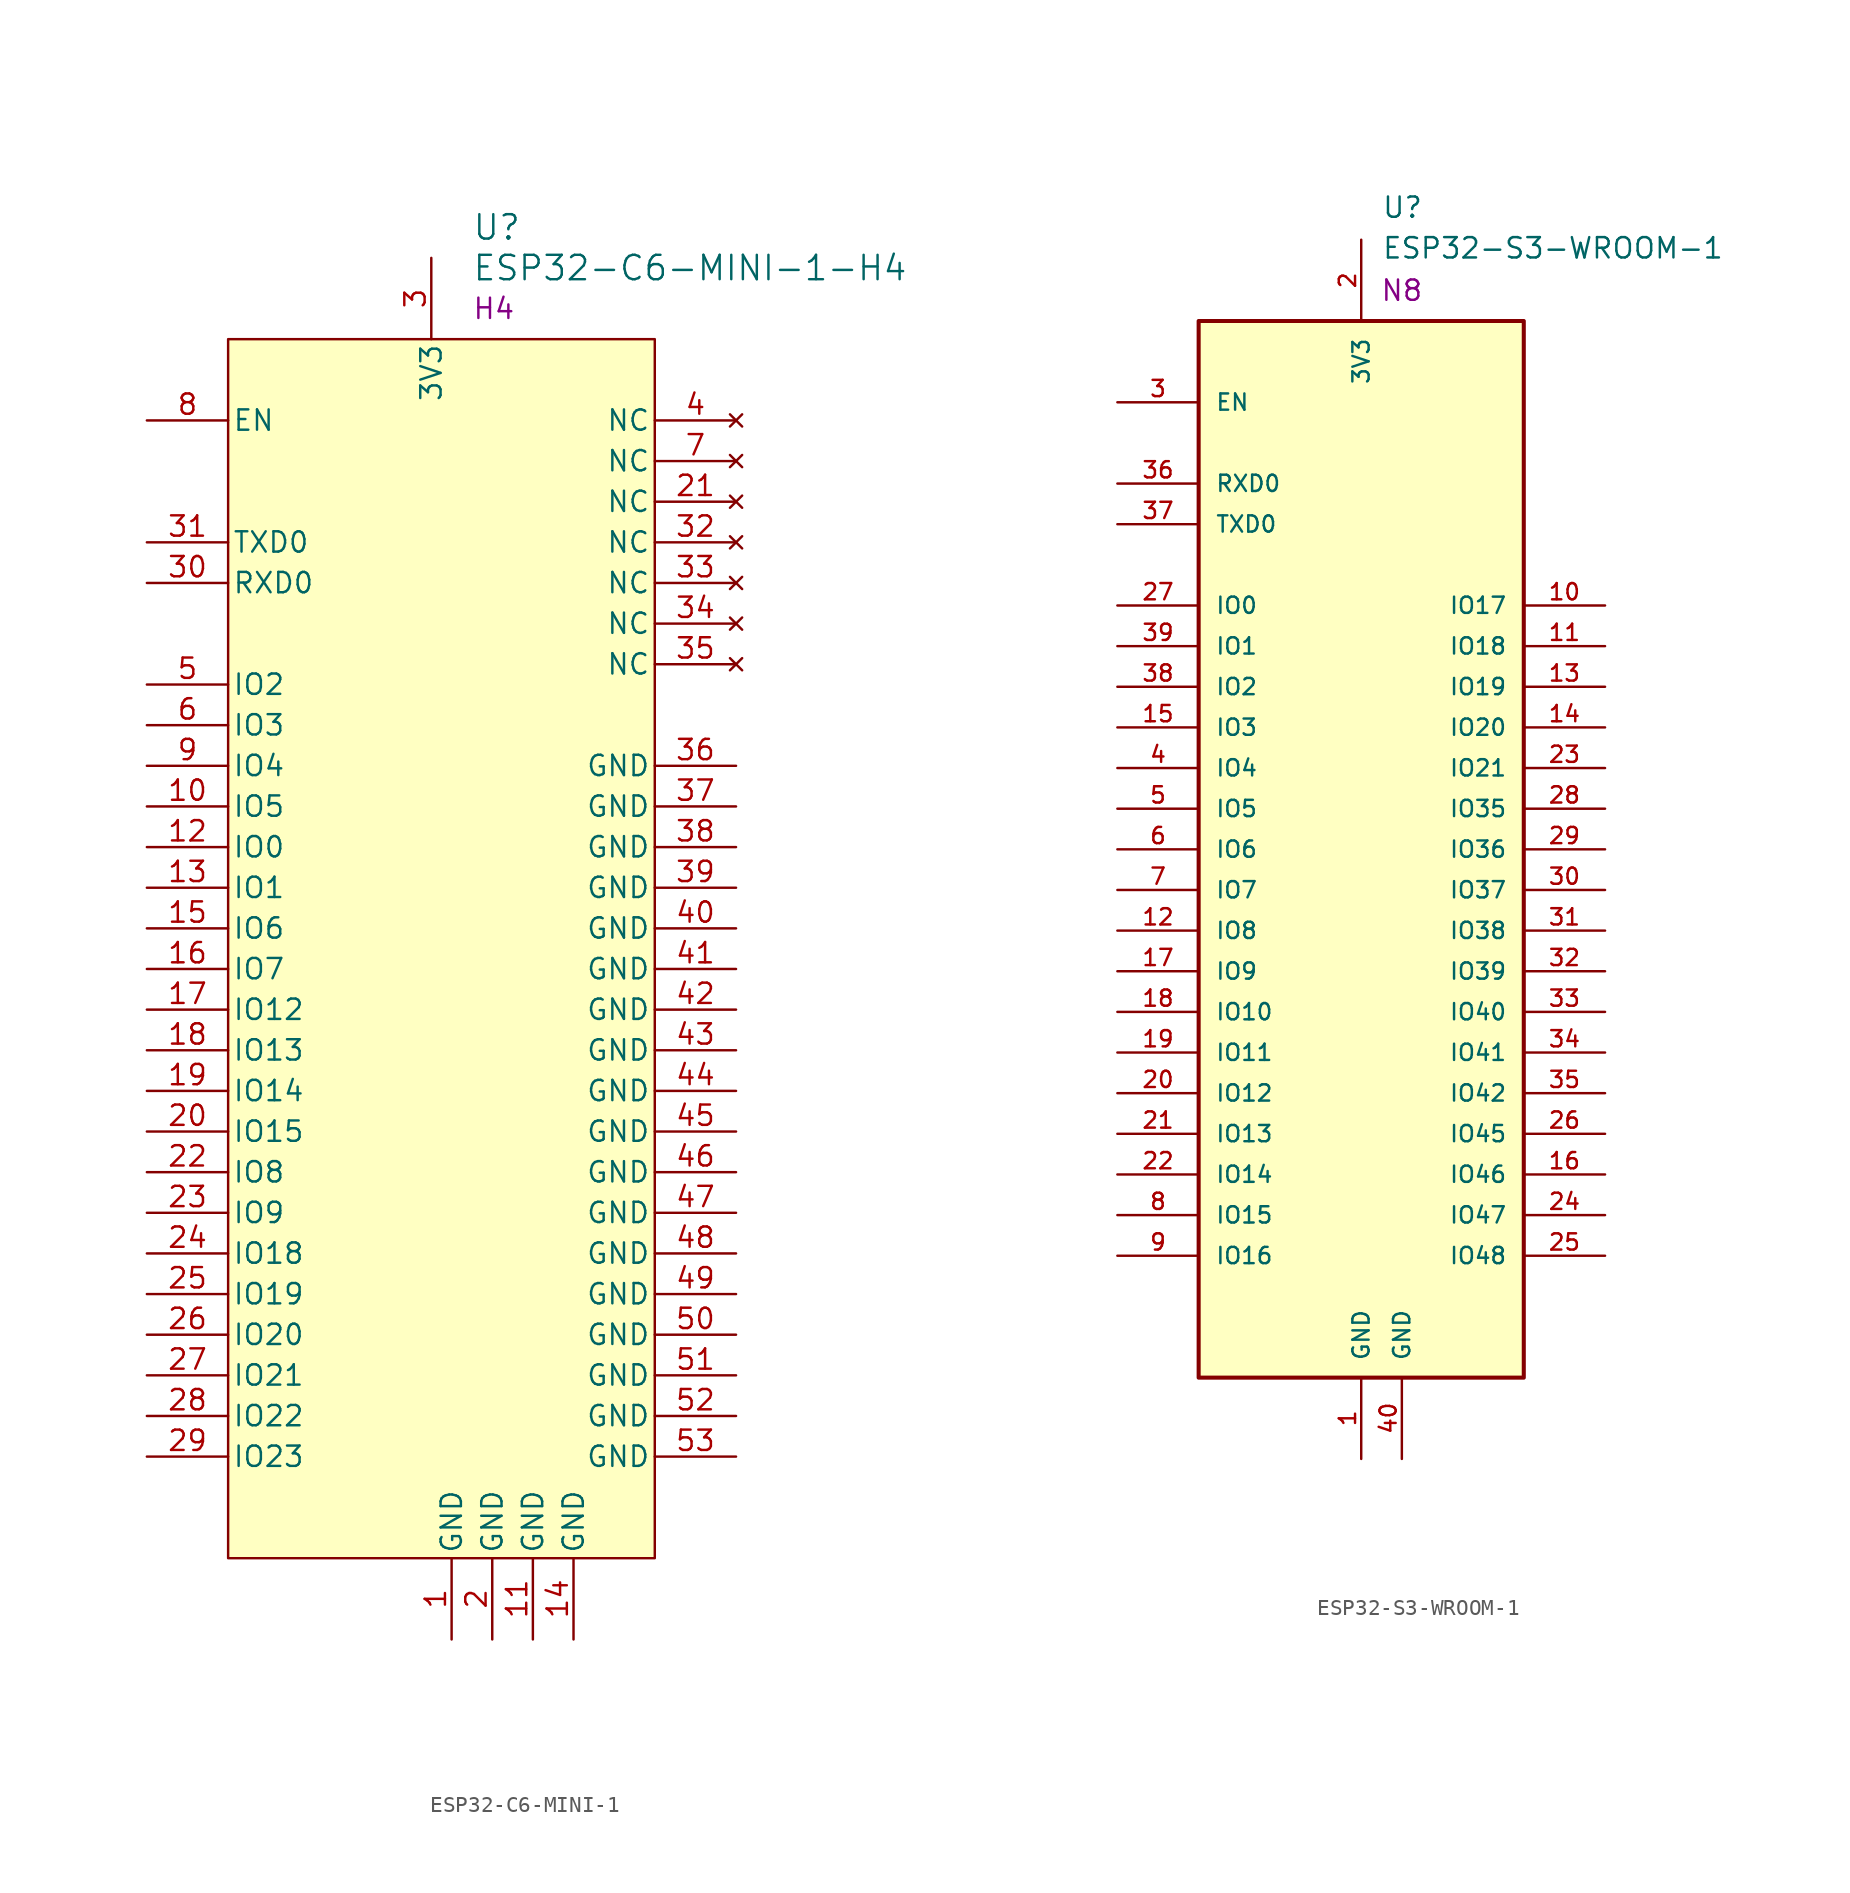
<source format=kicad_sym>
(kicad_symbol_lib
  (version 20231120)
  (generator "kicad_symbol_editor")
  (generator_version "8.0")
  (symbol "ESP32-C6-MINI-1"
    (pin_names
      (offset 0.254))
    (property "Reference" "U"
      (at 20.32 12.065 0)
      (do_not_autoplace)
      (effects (font (size 1.524 1.524)) (justify left)))
    (property "Value" "ESP32-C6-MINI-1-H4"
      (at 20.32 9.525 0)
      (do_not_autoplace)
      (effects (font (size 1.524 1.524)) (justify left)))
    (property "Variant" "H4"
      (at 20.32 6.985 0)
      (do_not_autoplace)
      (effects (font (size 1.27 1.27)) (justify left)))
    (symbol "ESP32-C6-MINI-1_0_1"
      (pin power_out line (at 19.05 -76.2 90) (length 5.08) (name "GND" (effects (font (size 1.27 1.27)))) (number "1" (effects (font (size 1.27 1.27)))))
      (pin bidirectional line (at 0 -24.13 0) (length 5.08) (name "IO5" (effects (font (size 1.27 1.27)))) (number "10" (effects (font (size 1.27 1.27)))))
      (pin power_out line (at 24.13 -76.2 90) (length 5.08) (name "GND" (effects (font (size 1.27 1.27)))) (number "11" (effects (font (size 1.27 1.27)))))
      (pin bidirectional line (at 0 -26.67 0) (length 5.08) (name "IO0" (effects (font (size 1.27 1.27)))) (number "12" (effects (font (size 1.27 1.27)))))
      (pin bidirectional line (at 0 -29.21 0) (length 5.08) (name "IO1" (effects (font (size 1.27 1.27)))) (number "13" (effects (font (size 1.27 1.27)))))
      (pin power_out line (at 26.67 -76.2 90) (length 5.08) (name "GND" (effects (font (size 1.27 1.27)))) (number "14" (effects (font (size 1.27 1.27)))))
      (pin bidirectional line (at 0 -31.75 0) (length 5.08) (name "IO6" (effects (font (size 1.27 1.27)))) (number "15" (effects (font (size 1.27 1.27)))))
      (pin bidirectional line (at 0 -34.29 0) (length 5.08) (name "IO7" (effects (font (size 1.27 1.27)))) (number "16" (effects (font (size 1.27 1.27)))))
      (pin bidirectional line (at 0 -36.83 0) (length 5.08) (name "IO12" (effects (font (size 1.27 1.27)))) (number "17" (effects (font (size 1.27 1.27)))))
      (pin bidirectional line (at 0 -39.37 0) (length 5.08) (name "IO13" (effects (font (size 1.27 1.27)))) (number "18" (effects (font (size 1.27 1.27)))))
      (pin bidirectional line (at 0 -41.91 0) (length 5.08) (name "IO14" (effects (font (size 1.27 1.27)))) (number "19" (effects (font (size 1.27 1.27)))))
      (pin power_out line (at 21.59 -76.2 90) (length 5.08) (name "GND" (effects (font (size 1.27 1.27)))) (number "2" (effects (font (size 1.27 1.27)))))
      (pin bidirectional line (at 0 -44.45 0) (length 5.08) (name "IO15" (effects (font (size 1.27 1.27)))) (number "20" (effects (font (size 1.27 1.27)))))
      (pin no_connect line (at 36.83 -5.08 180) (length 5.08) (name "NC" (effects (font (size 1.27 1.27)))) (number "21" (effects (font (size 1.27 1.27)))))
      (pin bidirectional line (at 0 -46.99 0) (length 5.08) (name "IO8" (effects (font (size 1.27 1.27)))) (number "22" (effects (font (size 1.27 1.27)))))
      (pin bidirectional line (at 0 -49.53 0) (length 5.08) (name "IO9" (effects (font (size 1.27 1.27)))) (number "23" (effects (font (size 1.27 1.27)))))
      (pin bidirectional line (at 0 -52.07 0) (length 5.08) (name "IO18" (effects (font (size 1.27 1.27)))) (number "24" (effects (font (size 1.27 1.27)))))
      (pin bidirectional line (at 0 -54.61 0) (length 5.08) (name "IO19" (effects (font (size 1.27 1.27)))) (number "25" (effects (font (size 1.27 1.27)))))
      (pin bidirectional line (at 0 -57.15 0) (length 5.08) (name "IO20" (effects (font (size 1.27 1.27)))) (number "26" (effects (font (size 1.27 1.27)))))
      (pin bidirectional line (at 0 -59.69 0) (length 5.08) (name "IO21" (effects (font (size 1.27 1.27)))) (number "27" (effects (font (size 1.27 1.27)))))
      (pin bidirectional line (at 0 -62.23 0) (length 5.08) (name "IO22" (effects (font (size 1.27 1.27)))) (number "28" (effects (font (size 1.27 1.27)))))
      (pin bidirectional line (at 0 -64.77 0) (length 5.08) (name "IO23" (effects (font (size 1.27 1.27)))) (number "29" (effects (font (size 1.27 1.27)))))
      (pin power_in line (at 17.78 10.16 270) (length 5.08) (name "3V3" (effects (font (size 1.27 1.27)))) (number "3" (effects (font (size 1.27 1.27)))))
      (pin bidirectional line (at 0 -10.16 0) (length 5.08) (name "RXD0" (effects (font (size 1.27 1.27)))) (number "30" (effects (font (size 1.27 1.27)))))
      (pin bidirectional line (at 0 -7.62 0) (length 5.08) (name "TXD0" (effects (font (size 1.27 1.27)))) (number "31" (effects (font (size 1.27 1.27)))))
      (pin no_connect line (at 36.83 -7.62 180) (length 5.08) (name "NC" (effects (font (size 1.27 1.27)))) (number "32" (effects (font (size 1.27 1.27)))))
      (pin no_connect line (at 36.83 -10.16 180) (length 5.08) (name "NC" (effects (font (size 1.27 1.27)))) (number "33" (effects (font (size 1.27 1.27)))))
      (pin no_connect line (at 36.83 -12.7 180) (length 5.08) (name "NC" (effects (font (size 1.27 1.27)))) (number "34" (effects (font (size 1.27 1.27)))))
      (pin no_connect line (at 36.83 -15.24 180) (length 5.08) (name "NC" (effects (font (size 1.27 1.27)))) (number "35" (effects (font (size 1.27 1.27)))))
      (pin power_out line (at 36.83 -21.59 180) (length 5.08) (name "GND" (effects (font (size 1.27 1.27)))) (number "36" (effects (font (size 1.27 1.27)))))
      (pin power_out line (at 36.83 -24.13 180) (length 5.08) (name "GND" (effects (font (size 1.27 1.27)))) (number "37" (effects (font (size 1.27 1.27)))))
      (pin power_out line (at 36.83 -26.67 180) (length 5.08) (name "GND" (effects (font (size 1.27 1.27)))) (number "38" (effects (font (size 1.27 1.27)))))
      (pin power_out line (at 36.83 -29.21 180) (length 5.08) (name "GND" (effects (font (size 1.27 1.27)))) (number "39" (effects (font (size 1.27 1.27)))))
      (pin no_connect line (at 36.83 0 180) (length 5.08) (name "NC" (effects (font (size 1.27 1.27)))) (number "4" (effects (font (size 1.27 1.27)))))
      (pin power_out line (at 36.83 -31.75 180) (length 5.08) (name "GND" (effects (font (size 1.27 1.27)))) (number "40" (effects (font (size 1.27 1.27)))))
      (pin power_out line (at 36.83 -34.29 180) (length 5.08) (name "GND" (effects (font (size 1.27 1.27)))) (number "41" (effects (font (size 1.27 1.27)))))
      (pin power_out line (at 36.83 -36.83 180) (length 5.08) (name "GND" (effects (font (size 1.27 1.27)))) (number "42" (effects (font (size 1.27 1.27)))))
      (pin power_out line (at 36.83 -39.37 180) (length 5.08) (name "GND" (effects (font (size 1.27 1.27)))) (number "43" (effects (font (size 1.27 1.27)))))
      (pin power_out line (at 36.83 -41.91 180) (length 5.08) (name "GND" (effects (font (size 1.27 1.27)))) (number "44" (effects (font (size 1.27 1.27)))))
      (pin power_out line (at 36.83 -44.45 180) (length 5.08) (name "GND" (effects (font (size 1.27 1.27)))) (number "45" (effects (font (size 1.27 1.27)))))
      (pin power_out line (at 36.83 -46.99 180) (length 5.08) (name "GND" (effects (font (size 1.27 1.27)))) (number "46" (effects (font (size 1.27 1.27)))))
      (pin power_out line (at 36.83 -49.53 180) (length 5.08) (name "GND" (effects (font (size 1.27 1.27)))) (number "47" (effects (font (size 1.27 1.27)))))
      (pin power_out line (at 36.83 -52.07 180) (length 5.08) (name "GND" (effects (font (size 1.27 1.27)))) (number "48" (effects (font (size 1.27 1.27)))))
      (pin power_out line (at 36.83 -54.61 180) (length 5.08) (name "GND" (effects (font (size 1.27 1.27)))) (number "49" (effects (font (size 1.27 1.27)))))
      (pin bidirectional line (at 0 -16.51 0) (length 5.08) (name "IO2" (effects (font (size 1.27 1.27)))) (number "5" (effects (font (size 1.27 1.27)))))
      (pin power_out line (at 36.83 -57.15 180) (length 5.08) (name "GND" (effects (font (size 1.27 1.27)))) (number "50" (effects (font (size 1.27 1.27)))))
      (pin power_out line (at 36.83 -59.69 180) (length 5.08) (name "GND" (effects (font (size 1.27 1.27)))) (number "51" (effects (font (size 1.27 1.27)))))
      (pin power_out line (at 36.83 -62.23 180) (length 5.08) (name "GND" (effects (font (size 1.27 1.27)))) (number "52" (effects (font (size 1.27 1.27)))))
      (pin power_out line (at 36.83 -64.77 180) (length 5.08) (name "GND" (effects (font (size 1.27 1.27)))) (number "53" (effects (font (size 1.27 1.27)))))
      (pin bidirectional line (at 0 -19.05 0) (length 5.08) (name "IO3" (effects (font (size 1.27 1.27)))) (number "6" (effects (font (size 1.27 1.27)))))
      (pin no_connect line (at 36.83 -2.54 180) (length 5.08) (name "NC" (effects (font (size 1.27 1.27)))) (number "7" (effects (font (size 1.27 1.27)))))
      (pin input line (at 0 0 0) (length 5.08) (name "EN" (effects (font (size 1.27 1.27)))) (number "8" (effects (font (size 1.27 1.27)))))
      (pin bidirectional line (at 0 -21.59 0) (length 5.08) (name "IO4" (effects (font (size 1.27 1.27)))) (number "9" (effects (font (size 1.27 1.27))))))
    (symbol "ESP32-C6-MINI-1_1_1"
      (rectangle (start 5.08 5.08) (end 31.75 -71.12) (stroke (width 0) (type default)) (fill (type background)))))
  (symbol "ESP32-S3-WROOM-1"
    (pin_names
      (offset 1.016))
    (property "Reference" "U"
      (at 16.51 11.43 0)
      (effects (font (size 1.27 1.27)) (justify left bottom)))
    (property "Value" "ESP32-S3-WROOM-1"
      (at 16.51 8.89 0)
      (effects (font (size 1.27 1.27)) (justify left bottom)))
    (property "Variant" "N8"
      (at 17.78 6.985 0)
      (effects (font (size 1.27 1.27))))
    (symbol "ESP32-S3-WROOM-1_0_0"
      (rectangle (start 5.08 5.08) (end 25.4 -60.96) (stroke (width 0.254) (type default)) (fill (type background)))
      (pin power_in line (at 15.24 -66.04 90) (length 5.08) (name "GND" (effects (font (size 1.016 1.016)))) (number "1" (effects (font (size 1.016 1.016)))))
      (pin bidirectional line (at 30.48 -12.7 180) (length 5.08) (name "IO17" (effects (font (size 1.016 1.016)))) (number "10" (effects (font (size 1.016 1.016)))))
      (pin bidirectional line (at 30.48 -15.24 180) (length 5.08) (name "IO18" (effects (font (size 1.016 1.016)))) (number "11" (effects (font (size 1.016 1.016)))))
      (pin bidirectional line (at 0 -33.02 0) (length 5.08) (name "IO8" (effects (font (size 1.016 1.016)))) (number "12" (effects (font (size 1.016 1.016)))))
      (pin bidirectional line (at 30.48 -17.78 180) (length 5.08) (name "IO19" (effects (font (size 1.016 1.016)))) (number "13" (effects (font (size 1.016 1.016)))))
      (pin bidirectional line (at 30.48 -20.32 180) (length 5.08) (name "IO20" (effects (font (size 1.016 1.016)))) (number "14" (effects (font (size 1.016 1.016)))))
      (pin bidirectional line (at 0 -20.32 0) (length 5.08) (name "IO3" (effects (font (size 1.016 1.016)))) (number "15" (effects (font (size 1.016 1.016)))))
      (pin bidirectional line (at 30.48 -48.26 180) (length 5.08) (name "IO46" (effects (font (size 1.016 1.016)))) (number "16" (effects (font (size 1.016 1.016)))))
      (pin bidirectional line (at 0 -35.56 0) (length 5.08) (name "IO9" (effects (font (size 1.016 1.016)))) (number "17" (effects (font (size 1.016 1.016)))))
      (pin bidirectional line (at 0 -38.1 0) (length 5.08) (name "IO10" (effects (font (size 1.016 1.016)))) (number "18" (effects (font (size 1.016 1.016)))))
      (pin bidirectional line (at 0 -40.64 0) (length 5.08) (name "IO11" (effects (font (size 1.016 1.016)))) (number "19" (effects (font (size 1.016 1.016)))))
      (pin power_in line (at 15.24 10.16 270) (length 5.08) (name "3V3" (effects (font (size 1.016 1.016)))) (number "2" (effects (font (size 1.016 1.016)))))
      (pin bidirectional line (at 0 -43.18 0) (length 5.08) (name "IO12" (effects (font (size 1.016 1.016)))) (number "20" (effects (font (size 1.016 1.016)))))
      (pin bidirectional line (at 0 -45.72 0) (length 5.08) (name "IO13" (effects (font (size 1.016 1.016)))) (number "21" (effects (font (size 1.016 1.016)))))
      (pin bidirectional line (at 0 -48.26 0) (length 5.08) (name "IO14" (effects (font (size 1.016 1.016)))) (number "22" (effects (font (size 1.016 1.016)))))
      (pin bidirectional line (at 30.48 -22.86 180) (length 5.08) (name "IO21" (effects (font (size 1.016 1.016)))) (number "23" (effects (font (size 1.016 1.016)))))
      (pin bidirectional line (at 30.48 -50.8 180) (length 5.08) (name "IO47" (effects (font (size 1.016 1.016)))) (number "24" (effects (font (size 1.016 1.016)))))
      (pin bidirectional line (at 30.48 -53.34 180) (length 5.08) (name "IO48" (effects (font (size 1.016 1.016)))) (number "25" (effects (font (size 1.016 1.016)))))
      (pin bidirectional line (at 30.48 -45.72 180) (length 5.08) (name "IO45" (effects (font (size 1.016 1.016)))) (number "26" (effects (font (size 1.016 1.016)))))
      (pin bidirectional line (at 0 -12.7 0) (length 5.08) (name "IO0" (effects (font (size 1.016 1.016)))) (number "27" (effects (font (size 1.016 1.016)))))
      (pin bidirectional line (at 30.48 -25.4 180) (length 5.08) (name "IO35" (effects (font (size 1.016 1.016)))) (number "28" (effects (font (size 1.016 1.016)))))
      (pin bidirectional line (at 30.48 -27.94 180) (length 5.08) (name "IO36" (effects (font (size 1.016 1.016)))) (number "29" (effects (font (size 1.016 1.016)))))
      (pin input line (at 0 0 0) (length 5.08) (name "EN" (effects (font (size 1.016 1.016)))) (number "3" (effects (font (size 1.016 1.016)))))
      (pin bidirectional line (at 30.48 -30.48 180) (length 5.08) (name "IO37" (effects (font (size 1.016 1.016)))) (number "30" (effects (font (size 1.016 1.016)))))
      (pin bidirectional line (at 30.48 -33.02 180) (length 5.08) (name "IO38" (effects (font (size 1.016 1.016)))) (number "31" (effects (font (size 1.016 1.016)))))
      (pin bidirectional line (at 30.48 -35.56 180) (length 5.08) (name "IO39" (effects (font (size 1.016 1.016)))) (number "32" (effects (font (size 1.016 1.016)))))
      (pin bidirectional line (at 30.48 -38.1 180) (length 5.08) (name "IO40" (effects (font (size 1.016 1.016)))) (number "33" (effects (font (size 1.016 1.016)))))
      (pin bidirectional line (at 30.48 -40.64 180) (length 5.08) (name "IO41" (effects (font (size 1.016 1.016)))) (number "34" (effects (font (size 1.016 1.016)))))
      (pin bidirectional line (at 30.48 -43.18 180) (length 5.08) (name "IO42" (effects (font (size 1.016 1.016)))) (number "35" (effects (font (size 1.016 1.016)))))
      (pin bidirectional line (at 0 -5.08 0) (length 5.08) (name "RXD0" (effects (font (size 1.016 1.016)))) (number "36" (effects (font (size 1.016 1.016)))))
      (pin bidirectional line (at 0 -7.62 0) (length 5.08) (name "TXD0" (effects (font (size 1.016 1.016)))) (number "37" (effects (font (size 1.016 1.016)))))
      (pin bidirectional line (at 0 -17.78 0) (length 5.08) (name "IO2" (effects (font (size 1.016 1.016)))) (number "38" (effects (font (size 1.016 1.016)))))
      (pin bidirectional line (at 0 -15.24 0) (length 5.08) (name "IO1" (effects (font (size 1.016 1.016)))) (number "39" (effects (font (size 1.016 1.016)))))
      (pin bidirectional line (at 0 -22.86 0) (length 5.08) (name "IO4" (effects (font (size 1.016 1.016)))) (number "4" (effects (font (size 1.016 1.016)))))
      (pin power_in line (at 17.78 -66.04 90) (length 5.08) (name "GND" (effects (font (size 1.016 1.016)))) (number "40" (effects (font (size 1.016 1.016)))))
      (pin power_in line (at 17.78 -66.04 90) (length 5.08) hide (name "GND" (effects (font (size 1.016 1.016)))) (number "41_1" (effects (font (size 1.016 1.016)))))
      (pin power_in line (at 17.78 -66.04 90) (length 5.08) hide (name "GND" (effects (font (size 1.016 1.016)))) (number "41_2" (effects (font (size 1.016 1.016)))))
      (pin power_in line (at 17.78 -66.04 90) (length 5.08) hide (name "GND" (effects (font (size 1.016 1.016)))) (number "41_3" (effects (font (size 1.016 1.016)))))
      (pin power_in line (at 17.78 -66.04 90) (length 5.08) hide (name "GND" (effects (font (size 1.016 1.016)))) (number "41_4" (effects (font (size 1.016 1.016)))))
      (pin power_in line (at 17.78 -66.04 90) (length 5.08) hide (name "GND" (effects (font (size 1.016 1.016)))) (number "41_5" (effects (font (size 1.016 1.016)))))
      (pin power_in line (at 17.78 -66.04 90) (length 5.08) hide (name "GND" (effects (font (size 1.016 1.016)))) (number "41_6" (effects (font (size 1.016 1.016)))))
      (pin power_in line (at 17.78 -66.04 90) (length 5.08) hide (name "GND" (effects (font (size 1.016 1.016)))) (number "41_7" (effects (font (size 1.016 1.016)))))
      (pin power_in line (at 17.78 -66.04 90) (length 5.08) hide (name "GND" (effects (font (size 1.016 1.016)))) (number "41_8" (effects (font (size 1.016 1.016)))))
      (pin power_in line (at 17.78 -66.04 90) (length 5.08) hide (name "GND" (effects (font (size 1.016 1.016)))) (number "41_9" (effects (font (size 1.016 1.016)))))
      (pin bidirectional line (at 0 -25.4 0) (length 5.08) (name "IO5" (effects (font (size 1.016 1.016)))) (number "5" (effects (font (size 1.016 1.016)))))
      (pin bidirectional line (at 0 -27.94 0) (length 5.08) (name "IO6" (effects (font (size 1.016 1.016)))) (number "6" (effects (font (size 1.016 1.016)))))
      (pin bidirectional line (at 0 -30.48 0) (length 5.08) (name "IO7" (effects (font (size 1.016 1.016)))) (number "7" (effects (font (size 1.016 1.016)))))
      (pin bidirectional line (at 0 -50.8 0) (length 5.08) (name "IO15" (effects (font (size 1.016 1.016)))) (number "8" (effects (font (size 1.016 1.016)))))
      (pin bidirectional line (at 0 -53.34 0) (length 5.08) (name "IO16" (effects (font (size 1.016 1.016)))) (number "9" (effects (font (size 1.016 1.016))))))))
</source>
